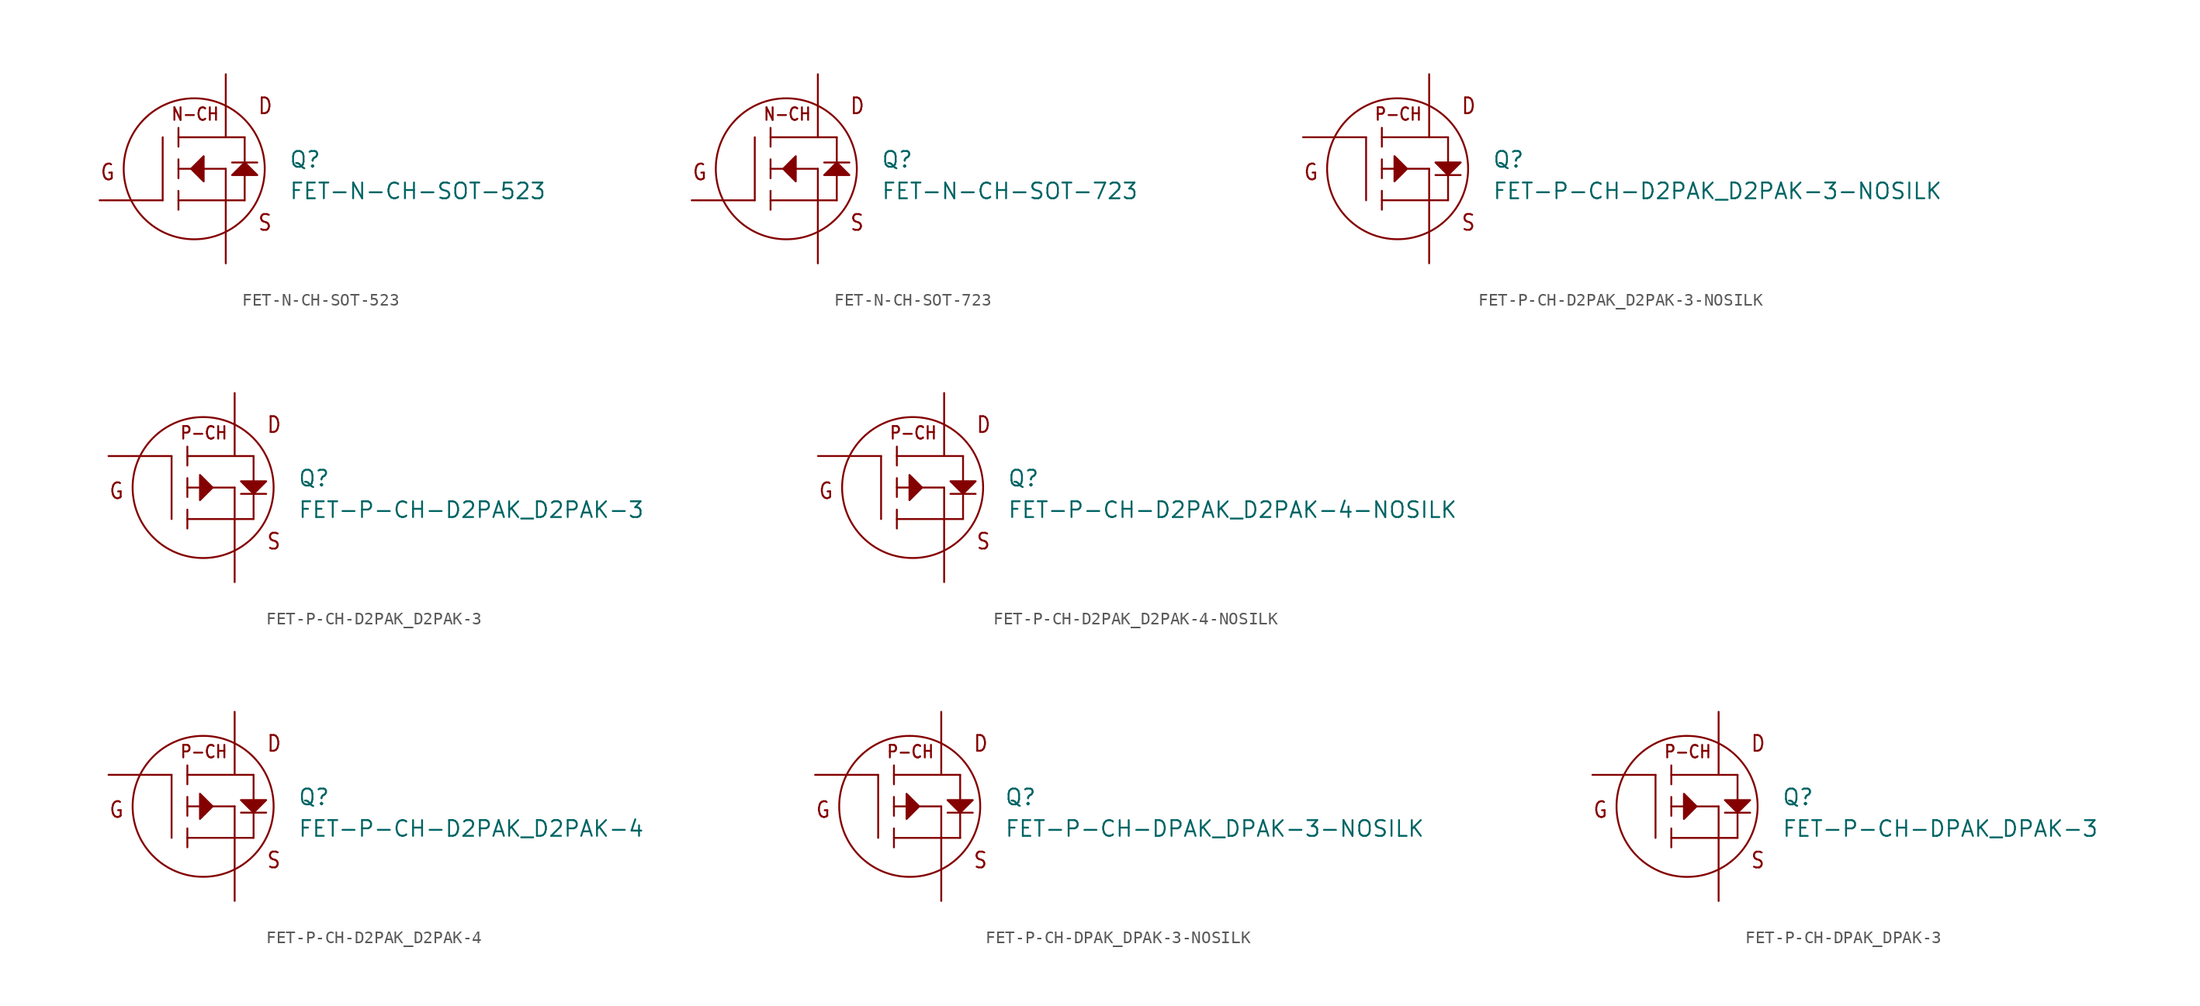
<source format=kicad_sym>
(kicad_symbol_lib
  (version 20211014)
  (generator kicad_symbol_editor)
  (symbol "FET-N-CH-SOT-523"
    (pin_numbers hide)
    (pin_names hide)
    (property "Reference" "Q"
      (at 7.62 0 0)
      (effects (font (size 1.27 1.27)) (justify left bottom)))
    (property "Value" "FET-N-CH-SOT-523"
      (at 7.62 -2.54 0)
      (effects (font (size 1.27 1.27)) (justify left bottom)))
    (property "Datasheet" ""
      (at 0 0 0))
    (property "ki_fp_filters" "FlashPCB_Transistors:SOT-523 FlashPCB_Transistors:SOT-523_NOSILK"
      (at 0 0 0))
    (symbol "FET-N-CH-SOT-523_1_1"
      (text "G" (at -7.62 -1.016 0) (effects (font (size 1.27 1.086)) (justify left bottom)))
      (text "D" (at 5.08 4.318 0) (effects (font (size 1.27 1.086)) (justify left bottom)))
      (text "S" (at 5.08 -5.08 0) (effects (font (size 1.27 1.086)) (justify left bottom)))
      (text "N-CH" (at -1.905 3.81 0) (effects (font (size 1.016 0.869)) (justify left bottom)))
      (polyline (pts (xy -0.254 0) (xy 0.762 1.016) (xy 0.762 -1.016) (xy -0.254 0)) (stroke (width 0.152) (type default)) (fill (type outline)))
      (polyline (pts (xy 3.048 -0.508) (xy 5.08 -0.508) (xy 4.064 0.508) (xy 3.048 -0.508)) (stroke (width 0.152) (type default)) (fill (type outline)))
      (polyline (pts (xy -2.54 -2.54) (xy -2.54 2.54)) (stroke (width 0.152)) (fill (type none)))
      (polyline (pts (xy 2.54 -2.54) (xy -1.27 -2.54)) (stroke (width 0.152)) (fill (type none)))
      (polyline (pts (xy 2.54 -2.54) (xy 2.54 0)) (stroke (width 0.152)) (fill (type none)))
      (polyline (pts (xy 2.54 0) (xy -1.27 0)) (stroke (width 0.152)) (fill (type none)))
      (polyline (pts (xy 4.064 2.54) (xy -1.27 2.54)) (stroke (width 0.152)) (fill (type none)))
      (polyline (pts (xy -1.27 3.302) (xy -1.27 1.778)) (stroke (width 0.152)) (fill (type none)))
      (polyline (pts (xy -1.27 0.762) (xy -1.27 -0.762)) (stroke (width 0.152)) (fill (type none)))
      (polyline (pts (xy -1.27 -1.778) (xy -1.27 -3.302)) (stroke (width 0.152)) (fill (type none)))
      (polyline (pts (xy 2.54 -2.54) (xy 4.064 -2.54)) (stroke (width 0.152)) (fill (type none)))
      (polyline (pts (xy 4.064 -2.54) (xy 4.064 2.54)) (stroke (width 0.152)) (fill (type none)))
      (polyline (pts (xy 3.048 0.508) (xy 5.08 0.508)) (stroke (width 0.152)) (fill (type none)))
      (circle (center 0 0) (radius 5.68) (stroke (width 0.152) (type default)) (fill (type none)))
      (pin bidirectional line (at -7.62 -2.54 0) (length 5.08) (name "GATE" (effects (font (size 0 0)))) (number "1" (effects (font (size 0 0)))))
      (pin bidirectional line (at 2.54 -7.62 90) (length 5.08) (name "SOURCE" (effects (font (size 0 0)))) (number "2" (effects (font (size 0 0)))))
      (pin bidirectional line (at 2.54 7.62 270) (length 5.08) (name "DRAIN" (effects (font (size 0 0)))) (number "3" (effects (font (size 0 0)))))))
  (symbol "FET-N-CH-SOT-723"
    (pin_numbers hide)
    (pin_names hide)
    (property "Reference" "Q"
      (at 7.62 0 0)
      (effects (font (size 1.27 1.27)) (justify left bottom)))
    (property "Value" "FET-N-CH-SOT-723"
      (at 7.62 -2.54 0)
      (effects (font (size 1.27 1.27)) (justify left bottom)))
    (property "Datasheet" ""
      (at 0 0 0))
    (property "ki_fp_filters" "FlashPCB_Transistors:SOT-723 FlashPCB_Transistors:SOT-723_NOSILK"
      (at 0 0 0))
    (symbol "FET-N-CH-SOT-723_1_1"
      (text "G" (at -7.62 -1.016 0) (effects (font (size 1.27 1.086)) (justify left bottom)))
      (text "D" (at 5.08 4.318 0) (effects (font (size 1.27 1.086)) (justify left bottom)))
      (text "S" (at 5.08 -5.08 0) (effects (font (size 1.27 1.086)) (justify left bottom)))
      (text "N-CH" (at -1.905 3.81 0) (effects (font (size 1.016 0.869)) (justify left bottom)))
      (polyline (pts (xy -0.254 0) (xy 0.762 1.016) (xy 0.762 -1.016) (xy -0.254 0)) (stroke (width 0.152) (type default)) (fill (type outline)))
      (polyline (pts (xy 3.048 -0.508) (xy 5.08 -0.508) (xy 4.064 0.508) (xy 3.048 -0.508)) (stroke (width 0.152) (type default)) (fill (type outline)))
      (polyline (pts (xy -2.54 -2.54) (xy -2.54 2.54)) (stroke (width 0.152)) (fill (type none)))
      (polyline (pts (xy 2.54 -2.54) (xy -1.27 -2.54)) (stroke (width 0.152)) (fill (type none)))
      (polyline (pts (xy 2.54 -2.54) (xy 2.54 0)) (stroke (width 0.152)) (fill (type none)))
      (polyline (pts (xy 2.54 0) (xy -1.27 0)) (stroke (width 0.152)) (fill (type none)))
      (polyline (pts (xy 4.064 2.54) (xy -1.27 2.54)) (stroke (width 0.152)) (fill (type none)))
      (polyline (pts (xy -1.27 3.302) (xy -1.27 1.778)) (stroke (width 0.152)) (fill (type none)))
      (polyline (pts (xy -1.27 0.762) (xy -1.27 -0.762)) (stroke (width 0.152)) (fill (type none)))
      (polyline (pts (xy -1.27 -1.778) (xy -1.27 -3.302)) (stroke (width 0.152)) (fill (type none)))
      (polyline (pts (xy 2.54 -2.54) (xy 4.064 -2.54)) (stroke (width 0.152)) (fill (type none)))
      (polyline (pts (xy 4.064 -2.54) (xy 4.064 2.54)) (stroke (width 0.152)) (fill (type none)))
      (polyline (pts (xy 3.048 0.508) (xy 5.08 0.508)) (stroke (width 0.152)) (fill (type none)))
      (circle (center 0 0) (radius 5.68) (stroke (width 0.152) (type default)) (fill (type none)))
      (pin bidirectional line (at -7.62 -2.54 0) (length 5.08) (name "GATE" (effects (font (size 0 0)))) (number "1" (effects (font (size 0 0)))))
      (pin bidirectional line (at 2.54 -7.62 90) (length 5.08) (name "SOURCE" (effects (font (size 0 0)))) (number "2" (effects (font (size 0 0)))))
      (pin bidirectional line (at 2.54 7.62 270) (length 5.08) (name "DRAIN" (effects (font (size 0 0)))) (number "3" (effects (font (size 0 0)))))))
  (symbol "FET-P-CH-D2PAK_D2PAK-3-NOSILK"
    (pin_numbers hide)
    (pin_names hide)
    (property "Reference" "Q"
      (at 7.62 0 0)
      (effects (font (size 1.27 1.27)) (justify left bottom)))
    (property "Value" "FET-P-CH-D2PAK_D2PAK-3-NOSILK"
      (at 7.62 -2.54 0)
      (effects (font (size 1.27 1.27)) (justify left bottom)))
    (property "Datasheet" ""
      (at 0 0 0))
    (property "ki_fp_filters" "FlashPCB_Transistors:D2PAK_TO-263-3_NOSILK"
      (at 0 0 0))
    (symbol "FET-P-CH-D2PAK_D2PAK-3-NOSILK_1_1"
      (text "G" (at -7.62 -1.016 0) (effects (font (size 1.27 1.086)) (justify left bottom)))
      (text "D" (at 5.08 4.318 0) (effects (font (size 1.27 1.086)) (justify left bottom)))
      (text "S" (at 5.08 -5.08 0) (effects (font (size 1.27 1.086)) (justify left bottom)))
      (text "P-CH" (at -1.905 3.81 0) (effects (font (size 1.016 0.869)) (justify left bottom)))
      (polyline (pts (xy 0.762 0) (xy -0.254 1.016) (xy -0.254 -1.016) (xy 0.762 0)) (stroke (width 0.152) (type default)) (fill (type outline)))
      (polyline (pts (xy 3.048 0.508) (xy 5.08 0.508) (xy 4.064 -0.508) (xy 3.048 0.508)) (stroke (width 0.152) (type default)) (fill (type outline)))
      (polyline (pts (xy -2.54 -2.54) (xy -2.54 2.54)) (stroke (width 0.152)) (fill (type none)))
      (polyline (pts (xy 4.064 -2.54) (xy 2.54 -2.54)) (stroke (width 0.152)) (fill (type none)))
      (polyline (pts (xy 2.54 -2.54) (xy -1.27 -2.54)) (stroke (width 0.152)) (fill (type none)))
      (polyline (pts (xy 2.54 0) (xy -1.27 0)) (stroke (width 0.152)) (fill (type none)))
      (polyline (pts (xy 4.064 2.54) (xy -1.27 2.54)) (stroke (width 0.152)) (fill (type none)))
      (polyline (pts (xy -1.27 3.302) (xy -1.27 1.778)) (stroke (width 0.152)) (fill (type none)))
      (polyline (pts (xy -1.27 0.762) (xy -1.27 -0.762)) (stroke (width 0.152)) (fill (type none)))
      (polyline (pts (xy -1.27 -1.778) (xy -1.27 -3.302)) (stroke (width 0.152)) (fill (type none)))
      (polyline (pts (xy 4.064 -2.54) (xy 4.064 2.54)) (stroke (width 0.152)) (fill (type none)))
      (polyline (pts (xy 3.048 -0.508) (xy 5.08 -0.508)) (stroke (width 0.152)) (fill (type none)))
      (polyline (pts (xy 2.54 0) (xy 2.54 -2.54)) (stroke (width 0.152)) (fill (type none)))
      (circle (center 0 0) (radius 5.68) (stroke (width 0.152) (type default)) (fill (type none)))
      (pin bidirectional line (at -7.62 2.54 0) (length 5.08) (name "GATE" (effects (font (size 0 0)))) (number "1" (effects (font (size 0 0)))))
      (pin bidirectional line (at 2.54 -7.62 90) (length 5.08) (name "SOURCE" (effects (font (size 0 0)))) (number "3" (effects (font (size 0 0)))))
      (pin bidirectional line (at 2.54 7.62 270) (length 5.08) (name "DRAIN" (effects (font (size 0 0)))) (number "4" (effects (font (size 0 0)))))))
  (symbol "FET-P-CH-D2PAK_D2PAK-3"
    (pin_numbers hide)
    (pin_names hide)
    (property "Reference" "Q"
      (at 7.62 0 0)
      (effects (font (size 1.27 1.27)) (justify left bottom)))
    (property "Value" "FET-P-CH-D2PAK_D2PAK-3"
      (at 7.62 -2.54 0)
      (effects (font (size 1.27 1.27)) (justify left bottom)))
    (property "Datasheet" ""
      (at 0 0 0))
    (property "ki_fp_filters" "FlashPCB_Transistors:D2PAK_TO-263-3"
      (at 0 0 0))
    (symbol "FET-P-CH-D2PAK_D2PAK-3_1_1"
      (text "G" (at -7.62 -1.016 0) (effects (font (size 1.27 1.086)) (justify left bottom)))
      (text "D" (at 5.08 4.318 0) (effects (font (size 1.27 1.086)) (justify left bottom)))
      (text "S" (at 5.08 -5.08 0) (effects (font (size 1.27 1.086)) (justify left bottom)))
      (text "P-CH" (at -1.905 3.81 0) (effects (font (size 1.016 0.869)) (justify left bottom)))
      (polyline (pts (xy 0.762 0) (xy -0.254 1.016) (xy -0.254 -1.016) (xy 0.762 0)) (stroke (width 0.152) (type default)) (fill (type outline)))
      (polyline (pts (xy 3.048 0.508) (xy 5.08 0.508) (xy 4.064 -0.508) (xy 3.048 0.508)) (stroke (width 0.152) (type default)) (fill (type outline)))
      (polyline (pts (xy -2.54 -2.54) (xy -2.54 2.54)) (stroke (width 0.152)) (fill (type none)))
      (polyline (pts (xy 4.064 -2.54) (xy 2.54 -2.54)) (stroke (width 0.152)) (fill (type none)))
      (polyline (pts (xy 2.54 -2.54) (xy -1.27 -2.54)) (stroke (width 0.152)) (fill (type none)))
      (polyline (pts (xy 2.54 0) (xy -1.27 0)) (stroke (width 0.152)) (fill (type none)))
      (polyline (pts (xy 4.064 2.54) (xy -1.27 2.54)) (stroke (width 0.152)) (fill (type none)))
      (polyline (pts (xy -1.27 3.302) (xy -1.27 1.778)) (stroke (width 0.152)) (fill (type none)))
      (polyline (pts (xy -1.27 0.762) (xy -1.27 -0.762)) (stroke (width 0.152)) (fill (type none)))
      (polyline (pts (xy -1.27 -1.778) (xy -1.27 -3.302)) (stroke (width 0.152)) (fill (type none)))
      (polyline (pts (xy 4.064 -2.54) (xy 4.064 2.54)) (stroke (width 0.152)) (fill (type none)))
      (polyline (pts (xy 3.048 -0.508) (xy 5.08 -0.508)) (stroke (width 0.152)) (fill (type none)))
      (polyline (pts (xy 2.54 0) (xy 2.54 -2.54)) (stroke (width 0.152)) (fill (type none)))
      (circle (center 0 0) (radius 5.68) (stroke (width 0.152) (type default)) (fill (type none)))
      (pin bidirectional line (at -7.62 2.54 0) (length 5.08) (name "GATE" (effects (font (size 0 0)))) (number "1" (effects (font (size 0 0)))))
      (pin bidirectional line (at 2.54 -7.62 90) (length 5.08) (name "SOURCE" (effects (font (size 0 0)))) (number "3" (effects (font (size 0 0)))))
      (pin bidirectional line (at 2.54 7.62 270) (length 5.08) (name "DRAIN" (effects (font (size 0 0)))) (number "4" (effects (font (size 0 0)))))))
  (symbol "FET-P-CH-D2PAK_D2PAK-4-NOSILK"
    (pin_numbers hide)
    (pin_names hide)
    (property "Reference" "Q"
      (at 7.62 0 0)
      (effects (font (size 1.27 1.27)) (justify left bottom)))
    (property "Value" "FET-P-CH-D2PAK_D2PAK-4-NOSILK"
      (at 7.62 -2.54 0)
      (effects (font (size 1.27 1.27)) (justify left bottom)))
    (property "Datasheet" ""
      (at 0 0 0))
    (property "ki_fp_filters" "FlashPCB_Transistors:D2PAK_TO-263-4_NOSILK"
      (at 0 0 0))
    (symbol "FET-P-CH-D2PAK_D2PAK-4-NOSILK_1_1"
      (text "G" (at -7.62 -1.016 0) (effects (font (size 1.27 1.086)) (justify left bottom)))
      (text "D" (at 5.08 4.318 0) (effects (font (size 1.27 1.086)) (justify left bottom)))
      (text "S" (at 5.08 -5.08 0) (effects (font (size 1.27 1.086)) (justify left bottom)))
      (text "P-CH" (at -1.905 3.81 0) (effects (font (size 1.016 0.869)) (justify left bottom)))
      (polyline (pts (xy 0.762 0) (xy -0.254 1.016) (xy -0.254 -1.016) (xy 0.762 0)) (stroke (width 0.152) (type default)) (fill (type outline)))
      (polyline (pts (xy 3.048 0.508) (xy 5.08 0.508) (xy 4.064 -0.508) (xy 3.048 0.508)) (stroke (width 0.152) (type default)) (fill (type outline)))
      (polyline (pts (xy -2.54 -2.54) (xy -2.54 2.54)) (stroke (width 0.152)) (fill (type none)))
      (polyline (pts (xy 4.064 -2.54) (xy 2.54 -2.54)) (stroke (width 0.152)) (fill (type none)))
      (polyline (pts (xy 2.54 -2.54) (xy -1.27 -2.54)) (stroke (width 0.152)) (fill (type none)))
      (polyline (pts (xy 2.54 0) (xy -1.27 0)) (stroke (width 0.152)) (fill (type none)))
      (polyline (pts (xy 4.064 2.54) (xy -1.27 2.54)) (stroke (width 0.152)) (fill (type none)))
      (polyline (pts (xy -1.27 3.302) (xy -1.27 1.778)) (stroke (width 0.152)) (fill (type none)))
      (polyline (pts (xy -1.27 0.762) (xy -1.27 -0.762)) (stroke (width 0.152)) (fill (type none)))
      (polyline (pts (xy -1.27 -1.778) (xy -1.27 -3.302)) (stroke (width 0.152)) (fill (type none)))
      (polyline (pts (xy 4.064 -2.54) (xy 4.064 2.54)) (stroke (width 0.152)) (fill (type none)))
      (polyline (pts (xy 3.048 -0.508) (xy 5.08 -0.508)) (stroke (width 0.152)) (fill (type none)))
      (polyline (pts (xy 2.54 0) (xy 2.54 -2.54)) (stroke (width 0.152)) (fill (type none)))
      (circle (center 0 0) (radius 5.68) (stroke (width 0.152) (type default)) (fill (type none)))
      (pin bidirectional line (at -7.62 2.54 0) (length 5.08) (name "GATE" (effects (font (size 0 0)))) (number "1" (effects (font (size 0 0)))))
      (pin bidirectional line (at 2.54 -7.62 90) (length 5.08) (name "SOURCE" (effects (font (size 0 0)))) (number "3" (effects (font (size 0 0)))))
      (pin bidirectional line (at 2.54 7.62 270) (length 5.08) (name "DRAIN" (effects (font (size 0 0)))) (number "2" (effects (font (size 0 0)))))
      (pin bidirectional line (at 2.54 7.62 270) (length 5.08) hide (name "DRAIN" (effects (font (size 0 0)))) (number "4" (effects (font (size 0 0)))))))
  (symbol "FET-P-CH-D2PAK_D2PAK-4"
    (pin_numbers hide)
    (pin_names hide)
    (property "Reference" "Q"
      (at 7.62 0 0)
      (effects (font (size 1.27 1.27)) (justify left bottom)))
    (property "Value" "FET-P-CH-D2PAK_D2PAK-4"
      (at 7.62 -2.54 0)
      (effects (font (size 1.27 1.27)) (justify left bottom)))
    (property "Datasheet" ""
      (at 0 0 0))
    (property "ki_fp_filters" "FlashPCB_Transistors:D2PAK_TO-263-4"
      (at 0 0 0))
    (symbol "FET-P-CH-D2PAK_D2PAK-4_1_1"
      (text "G" (at -7.62 -1.016 0) (effects (font (size 1.27 1.086)) (justify left bottom)))
      (text "D" (at 5.08 4.318 0) (effects (font (size 1.27 1.086)) (justify left bottom)))
      (text "S" (at 5.08 -5.08 0) (effects (font (size 1.27 1.086)) (justify left bottom)))
      (text "P-CH" (at -1.905 3.81 0) (effects (font (size 1.016 0.869)) (justify left bottom)))
      (polyline (pts (xy 0.762 0) (xy -0.254 1.016) (xy -0.254 -1.016) (xy 0.762 0)) (stroke (width 0.152) (type default)) (fill (type outline)))
      (polyline (pts (xy 3.048 0.508) (xy 5.08 0.508) (xy 4.064 -0.508) (xy 3.048 0.508)) (stroke (width 0.152) (type default)) (fill (type outline)))
      (polyline (pts (xy -2.54 -2.54) (xy -2.54 2.54)) (stroke (width 0.152)) (fill (type none)))
      (polyline (pts (xy 4.064 -2.54) (xy 2.54 -2.54)) (stroke (width 0.152)) (fill (type none)))
      (polyline (pts (xy 2.54 -2.54) (xy -1.27 -2.54)) (stroke (width 0.152)) (fill (type none)))
      (polyline (pts (xy 2.54 0) (xy -1.27 0)) (stroke (width 0.152)) (fill (type none)))
      (polyline (pts (xy 4.064 2.54) (xy -1.27 2.54)) (stroke (width 0.152)) (fill (type none)))
      (polyline (pts (xy -1.27 3.302) (xy -1.27 1.778)) (stroke (width 0.152)) (fill (type none)))
      (polyline (pts (xy -1.27 0.762) (xy -1.27 -0.762)) (stroke (width 0.152)) (fill (type none)))
      (polyline (pts (xy -1.27 -1.778) (xy -1.27 -3.302)) (stroke (width 0.152)) (fill (type none)))
      (polyline (pts (xy 4.064 -2.54) (xy 4.064 2.54)) (stroke (width 0.152)) (fill (type none)))
      (polyline (pts (xy 3.048 -0.508) (xy 5.08 -0.508)) (stroke (width 0.152)) (fill (type none)))
      (polyline (pts (xy 2.54 0) (xy 2.54 -2.54)) (stroke (width 0.152)) (fill (type none)))
      (circle (center 0 0) (radius 5.68) (stroke (width 0.152) (type default)) (fill (type none)))
      (pin bidirectional line (at -7.62 2.54 0) (length 5.08) (name "GATE" (effects (font (size 0 0)))) (number "1" (effects (font (size 0 0)))))
      (pin bidirectional line (at 2.54 -7.62 90) (length 5.08) (name "SOURCE" (effects (font (size 0 0)))) (number "3" (effects (font (size 0 0)))))
      (pin bidirectional line (at 2.54 7.62 270) (length 5.08) (name "DRAIN" (effects (font (size 0 0)))) (number "2" (effects (font (size 0 0)))))
      (pin bidirectional line (at 2.54 7.62 270) (length 5.08) hide (name "DRAIN" (effects (font (size 0 0)))) (number "4" (effects (font (size 0 0)))))))
  (symbol "FET-P-CH-DPAK_DPAK-3-NOSILK"
    (pin_numbers hide)
    (pin_names hide)
    (property "Reference" "Q"
      (at 7.62 0 0)
      (effects (font (size 1.27 1.27)) (justify left bottom)))
    (property "Value" "FET-P-CH-DPAK_DPAK-3-NOSILK"
      (at 7.62 -2.54 0)
      (effects (font (size 1.27 1.27)) (justify left bottom)))
    (property "Datasheet" ""
      (at 0 0 0))
    (property "ki_fp_filters" "FlashPCB_Transistors:DPAK_TO-252-3_NOSILK"
      (at 0 0 0))
    (symbol "FET-P-CH-DPAK_DPAK-3-NOSILK_1_1"
      (text "G" (at -7.62 -1.016 0) (effects (font (size 1.27 1.086)) (justify left bottom)))
      (text "D" (at 5.08 4.318 0) (effects (font (size 1.27 1.086)) (justify left bottom)))
      (text "S" (at 5.08 -5.08 0) (effects (font (size 1.27 1.086)) (justify left bottom)))
      (text "P-CH" (at -1.905 3.81 0) (effects (font (size 1.016 0.869)) (justify left bottom)))
      (polyline (pts (xy 0.762 0) (xy -0.254 1.016) (xy -0.254 -1.016) (xy 0.762 0)) (stroke (width 0.152) (type default)) (fill (type outline)))
      (polyline (pts (xy 3.048 0.508) (xy 5.08 0.508) (xy 4.064 -0.508) (xy 3.048 0.508)) (stroke (width 0.152) (type default)) (fill (type outline)))
      (polyline (pts (xy -2.54 -2.54) (xy -2.54 2.54)) (stroke (width 0.152)) (fill (type none)))
      (polyline (pts (xy 4.064 -2.54) (xy 2.54 -2.54)) (stroke (width 0.152)) (fill (type none)))
      (polyline (pts (xy 2.54 -2.54) (xy -1.27 -2.54)) (stroke (width 0.152)) (fill (type none)))
      (polyline (pts (xy 2.54 0) (xy -1.27 0)) (stroke (width 0.152)) (fill (type none)))
      (polyline (pts (xy 4.064 2.54) (xy -1.27 2.54)) (stroke (width 0.152)) (fill (type none)))
      (polyline (pts (xy -1.27 3.302) (xy -1.27 1.778)) (stroke (width 0.152)) (fill (type none)))
      (polyline (pts (xy -1.27 0.762) (xy -1.27 -0.762)) (stroke (width 0.152)) (fill (type none)))
      (polyline (pts (xy -1.27 -1.778) (xy -1.27 -3.302)) (stroke (width 0.152)) (fill (type none)))
      (polyline (pts (xy 4.064 -2.54) (xy 4.064 2.54)) (stroke (width 0.152)) (fill (type none)))
      (polyline (pts (xy 3.048 -0.508) (xy 5.08 -0.508)) (stroke (width 0.152)) (fill (type none)))
      (polyline (pts (xy 2.54 0) (xy 2.54 -2.54)) (stroke (width 0.152)) (fill (type none)))
      (circle (center 0 0) (radius 5.68) (stroke (width 0.152) (type default)) (fill (type none)))
      (pin bidirectional line (at -7.62 2.54 0) (length 5.08) (name "GATE" (effects (font (size 0 0)))) (number "1" (effects (font (size 0 0)))))
      (pin bidirectional line (at 2.54 -7.62 90) (length 5.08) (name "SOURCE" (effects (font (size 0 0)))) (number "3" (effects (font (size 0 0)))))
      (pin bidirectional line (at 2.54 7.62 270) (length 5.08) (name "DRAIN" (effects (font (size 0 0)))) (number "4" (effects (font (size 0 0)))))))
  (symbol "FET-P-CH-DPAK_DPAK-3"
    (pin_numbers hide)
    (pin_names hide)
    (property "Reference" "Q"
      (at 7.62 0 0)
      (effects (font (size 1.27 1.27)) (justify left bottom)))
    (property "Value" "FET-P-CH-DPAK_DPAK-3"
      (at 7.62 -2.54 0)
      (effects (font (size 1.27 1.27)) (justify left bottom)))
    (property "Datasheet" ""
      (at 0 0 0))
    (property "ki_fp_filters" "FlashPCB_Transistors:DPAK_TO-252-3"
      (at 0 0 0))
    (symbol "FET-P-CH-DPAK_DPAK-3_1_1"
      (text "G" (at -7.62 -1.016 0) (effects (font (size 1.27 1.086)) (justify left bottom)))
      (text "D" (at 5.08 4.318 0) (effects (font (size 1.27 1.086)) (justify left bottom)))
      (text "S" (at 5.08 -5.08 0) (effects (font (size 1.27 1.086)) (justify left bottom)))
      (text "P-CH" (at -1.905 3.81 0) (effects (font (size 1.016 0.869)) (justify left bottom)))
      (polyline (pts (xy 0.762 0) (xy -0.254 1.016) (xy -0.254 -1.016) (xy 0.762 0)) (stroke (width 0.152) (type default)) (fill (type outline)))
      (polyline (pts (xy 3.048 0.508) (xy 5.08 0.508) (xy 4.064 -0.508) (xy 3.048 0.508)) (stroke (width 0.152) (type default)) (fill (type outline)))
      (polyline (pts (xy -2.54 -2.54) (xy -2.54 2.54)) (stroke (width 0.152)) (fill (type none)))
      (polyline (pts (xy 4.064 -2.54) (xy 2.54 -2.54)) (stroke (width 0.152)) (fill (type none)))
      (polyline (pts (xy 2.54 -2.54) (xy -1.27 -2.54)) (stroke (width 0.152)) (fill (type none)))
      (polyline (pts (xy 2.54 0) (xy -1.27 0)) (stroke (width 0.152)) (fill (type none)))
      (polyline (pts (xy 4.064 2.54) (xy -1.27 2.54)) (stroke (width 0.152)) (fill (type none)))
      (polyline (pts (xy -1.27 3.302) (xy -1.27 1.778)) (stroke (width 0.152)) (fill (type none)))
      (polyline (pts (xy -1.27 0.762) (xy -1.27 -0.762)) (stroke (width 0.152)) (fill (type none)))
      (polyline (pts (xy -1.27 -1.778) (xy -1.27 -3.302)) (stroke (width 0.152)) (fill (type none)))
      (polyline (pts (xy 4.064 -2.54) (xy 4.064 2.54)) (stroke (width 0.152)) (fill (type none)))
      (polyline (pts (xy 3.048 -0.508) (xy 5.08 -0.508)) (stroke (width 0.152)) (fill (type none)))
      (polyline (pts (xy 2.54 0) (xy 2.54 -2.54)) (stroke (width 0.152)) (fill (type none)))
      (circle (center 0 0) (radius 5.68) (stroke (width 0.152) (type default)) (fill (type none)))
      (pin bidirectional line (at -7.62 2.54 0) (length 5.08) (name "GATE" (effects (font (size 0 0)))) (number "1" (effects (font (size 0 0)))))
      (pin bidirectional line (at 2.54 -7.62 90) (length 5.08) (name "SOURCE" (effects (font (size 0 0)))) (number "3" (effects (font (size 0 0)))))
      (pin bidirectional line (at 2.54 7.62 270) (length 5.08) (name "DRAIN" (effects (font (size 0 0)))) (number "4" (effects (font (size 0 0))))))))
</source>
